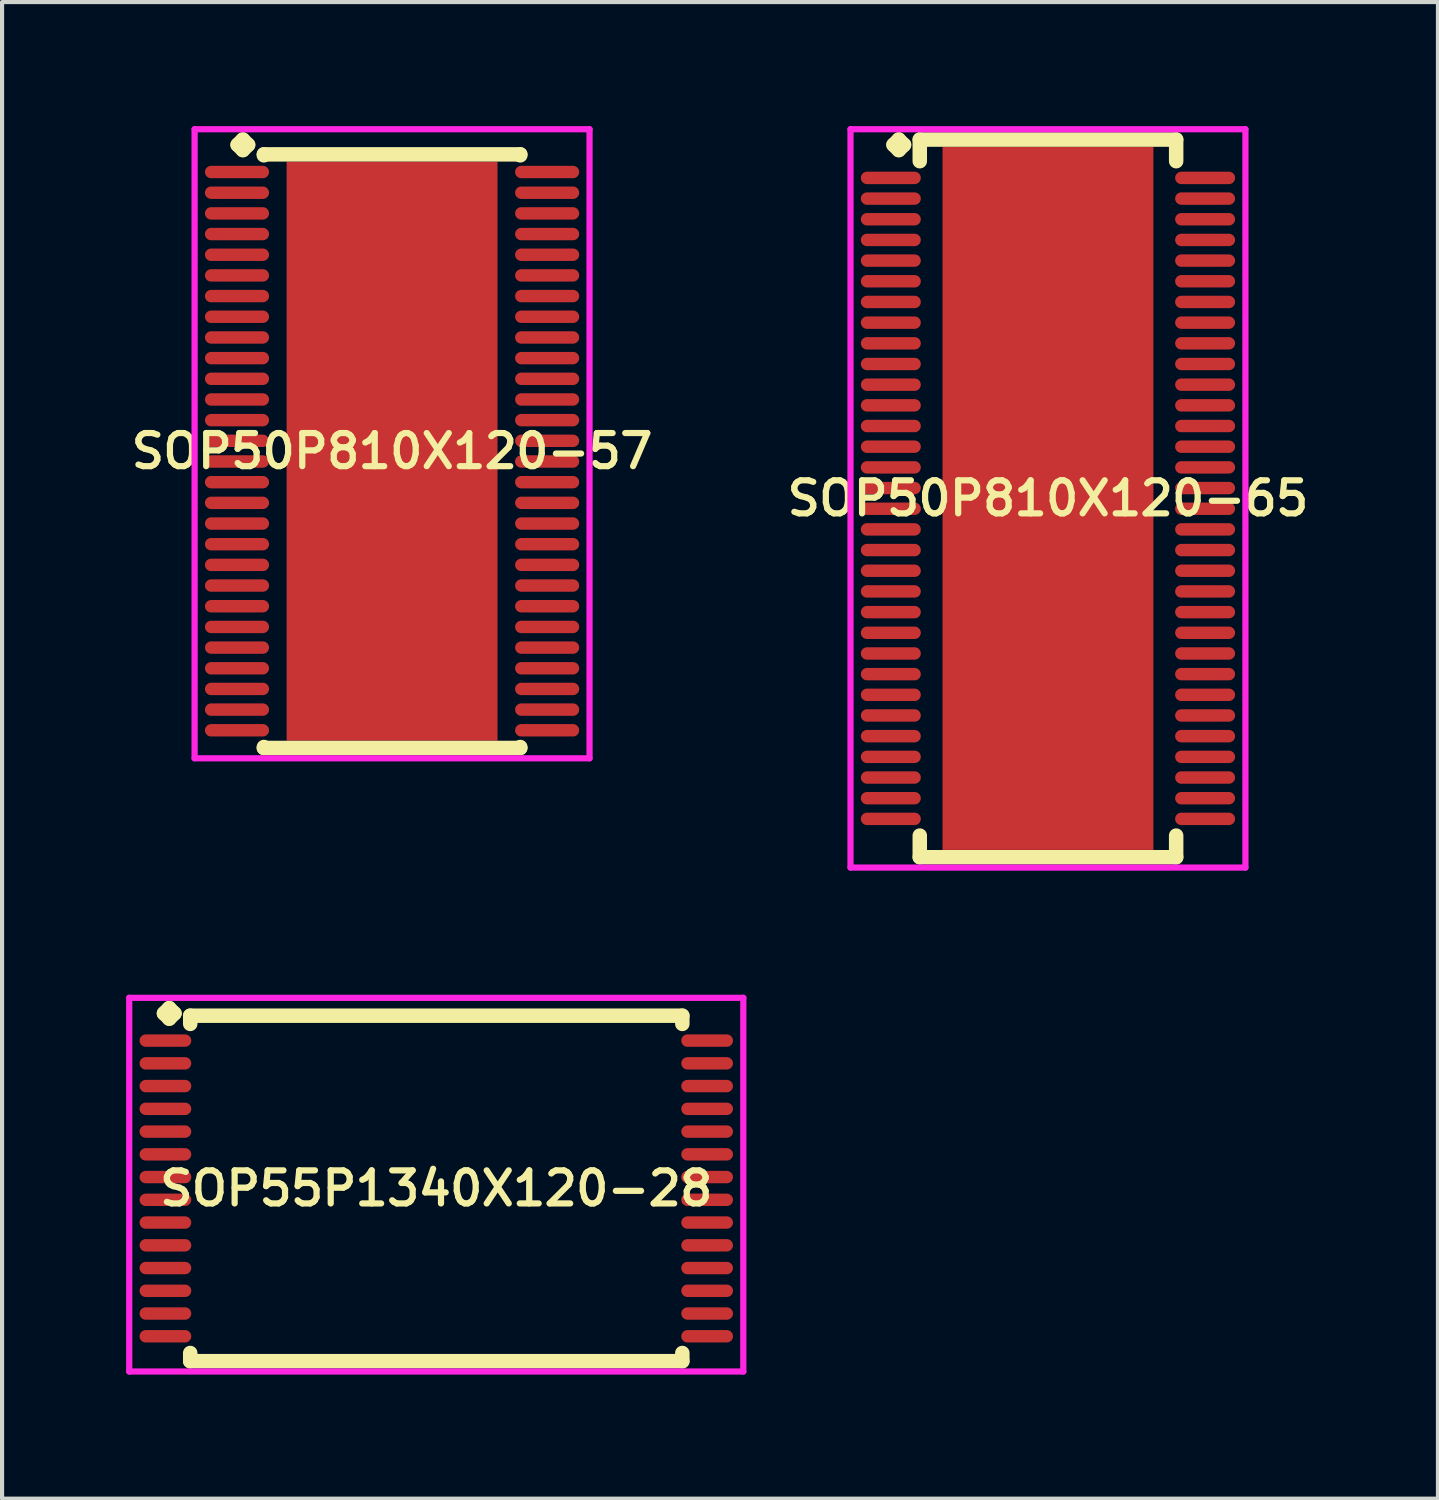
<source format=kicad_pcb>
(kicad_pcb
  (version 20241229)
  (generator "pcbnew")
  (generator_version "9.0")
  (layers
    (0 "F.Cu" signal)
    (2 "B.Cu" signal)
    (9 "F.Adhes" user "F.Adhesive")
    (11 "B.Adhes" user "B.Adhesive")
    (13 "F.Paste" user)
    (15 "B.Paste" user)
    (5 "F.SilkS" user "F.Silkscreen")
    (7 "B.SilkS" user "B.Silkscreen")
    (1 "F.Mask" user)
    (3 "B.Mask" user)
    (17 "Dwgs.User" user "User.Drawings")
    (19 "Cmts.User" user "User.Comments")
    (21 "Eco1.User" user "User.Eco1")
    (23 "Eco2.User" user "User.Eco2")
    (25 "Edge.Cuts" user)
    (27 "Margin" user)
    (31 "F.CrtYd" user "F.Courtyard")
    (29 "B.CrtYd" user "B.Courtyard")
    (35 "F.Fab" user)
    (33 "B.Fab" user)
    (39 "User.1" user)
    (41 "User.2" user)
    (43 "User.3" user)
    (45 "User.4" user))
  (footprint "SOP50P810X120-65"
    (layer "F.Cu")
    (at 22.292 9.002)
    (property "Reference" "SOP50P810X120-65" (at 0 0 0) (layer "F.SilkS") (effects (font (size 0.8 0.8) (thickness 0.15))))
    (attr through_hole)
    (fp_line (start -3.735 -8.55) (end -3.608 -8.677) (stroke (width 0.35) (type solid)) (layer "F.SilkS"))
    (fp_line (start -3.608 -8.677) (end -3.481 -8.55) (stroke (width 0.35) (type solid)) (layer "F.SilkS"))
    (fp_line (start -3.608 -8.423) (end -3.735 -8.55) (stroke (width 0.35) (type solid)) (layer "F.SilkS"))
    (fp_line (start -3.481 -8.55) (end -3.608 -8.423) (stroke (width 0.35) (type solid)) (layer "F.SilkS"))
    (fp_line (start -3.1 -8.677) (end 3.1 -8.677) (stroke (width 0.35) (type solid)) (layer "F.SilkS"))
    (fp_line (start -3.1 -8.154) (end -3.1 -8.677) (stroke (width 0.35) (type solid)) (layer "F.SilkS"))
    (fp_line (start -3.1 8.154) (end -3.1 8.677) (stroke (width 0.35) (type solid)) (layer "F.SilkS"))
    (fp_line (start -3.1 8.677) (end 3.1 8.677) (stroke (width 0.35) (type solid)) (layer "F.SilkS"))
    (fp_line (start 3.1 -8.677) (end 3.1 -8.154) (stroke (width 0.35) (type solid)) (layer "F.SilkS"))
    (fp_line (start 3.1 8.677) (end 3.1 8.154) (stroke (width 0.35) (type solid)) (layer "F.SilkS"))
    (fp_line (start -4.775 -8.927) (end 4.775 -8.927) (stroke (width 0.15) (type solid)) (layer "F.CrtYd"))
    (fp_line (start -4.775 8.927) (end -4.775 -8.927) (stroke (width 0.15) (type solid)) (layer "F.CrtYd"))
    (fp_line (start 4.775 -8.927) (end 4.775 8.927) (stroke (width 0.15) (type solid)) (layer "F.CrtYd"))
    (fp_line (start 4.775 8.927) (end -4.775 8.927) (stroke (width 0.15) (type solid)) (layer "F.CrtYd"))
    (pad "1" smd oval (at -3.8 -7.75) (size 1.45 0.3) (layers "F.Cu" "F.Mask" "F.Paste"))
    (pad "2" smd oval (at -3.8 -7.25) (size 1.45 0.3) (layers "F.Cu" "F.Mask" "F.Paste"))
    (pad "3" smd oval (at -3.8 -6.75) (size 1.45 0.3) (layers "F.Cu" "F.Mask" "F.Paste"))
    (pad "4" smd oval (at -3.8 -6.25) (size 1.45 0.3) (layers "F.Cu" "F.Mask" "F.Paste"))
    (pad "5" smd oval (at -3.8 -5.75) (size 1.45 0.3) (layers "F.Cu" "F.Mask" "F.Paste"))
    (pad "6" smd oval (at -3.8 -5.25) (size 1.45 0.3) (layers "F.Cu" "F.Mask" "F.Paste"))
    (pad "7" smd oval (at -3.8 -4.75) (size 1.45 0.3) (layers "F.Cu" "F.Mask" "F.Paste"))
    (pad "8" smd oval (at -3.8 -4.25) (size 1.45 0.3) (layers "F.Cu" "F.Mask" "F.Paste"))
    (pad "9" smd oval (at -3.8 -3.75) (size 1.45 0.3) (layers "F.Cu" "F.Mask" "F.Paste"))
    (pad "10" smd oval (at -3.8 -3.25) (size 1.45 0.3) (layers "F.Cu" "F.Mask" "F.Paste"))
    (pad "11" smd oval (at -3.8 -2.75) (size 1.45 0.3) (layers "F.Cu" "F.Mask" "F.Paste"))
    (pad "12" smd oval (at -3.8 -2.25) (size 1.45 0.3) (layers "F.Cu" "F.Mask" "F.Paste"))
    (pad "13" smd oval (at -3.8 -1.75) (size 1.45 0.3) (layers "F.Cu" "F.Mask" "F.Paste"))
    (pad "14" smd oval (at -3.8 -1.25) (size 1.45 0.3) (layers "F.Cu" "F.Mask" "F.Paste"))
    (pad "15" smd oval (at -3.8 -0.75) (size 1.45 0.3) (layers "F.Cu" "F.Mask" "F.Paste"))
    (pad "16" smd oval (at -3.8 -0.25) (size 1.45 0.3) (layers "F.Cu" "F.Mask" "F.Paste"))
    (pad "17" smd oval (at -3.8 0.25) (size 1.45 0.3) (layers "F.Cu" "F.Mask" "F.Paste"))
    (pad "18" smd oval (at -3.8 0.75) (size 1.45 0.3) (layers "F.Cu" "F.Mask" "F.Paste"))
    (pad "19" smd oval (at -3.8 1.25) (size 1.45 0.3) (layers "F.Cu" "F.Mask" "F.Paste"))
    (pad "20" smd oval (at -3.8 1.75) (size 1.45 0.3) (layers "F.Cu" "F.Mask" "F.Paste"))
    (pad "21" smd oval (at -3.8 2.25) (size 1.45 0.3) (layers "F.Cu" "F.Mask" "F.Paste"))
    (pad "22" smd oval (at -3.8 2.75) (size 1.45 0.3) (layers "F.Cu" "F.Mask" "F.Paste"))
    (pad "23" smd oval (at -3.8 3.25) (size 1.45 0.3) (layers "F.Cu" "F.Mask" "F.Paste"))
    (pad "24" smd oval (at -3.8 3.75) (size 1.45 0.3) (layers "F.Cu" "F.Mask" "F.Paste"))
    (pad "25" smd oval (at -3.8 4.25) (size 1.45 0.3) (layers "F.Cu" "F.Mask" "F.Paste"))
    (pad "26" smd oval (at -3.8 4.75) (size 1.45 0.3) (layers "F.Cu" "F.Mask" "F.Paste"))
    (pad "27" smd oval (at -3.8 5.25) (size 1.45 0.3) (layers "F.Cu" "F.Mask" "F.Paste"))
    (pad "28" smd oval (at -3.8 5.75) (size 1.45 0.3) (layers "F.Cu" "F.Mask" "F.Paste"))
    (pad "29" smd oval (at -3.8 6.25) (size 1.45 0.3) (layers "F.Cu" "F.Mask" "F.Paste"))
    (pad "30" smd oval (at -3.8 6.75) (size 1.45 0.3) (layers "F.Cu" "F.Mask" "F.Paste"))
    (pad "31" smd oval (at -3.8 7.25) (size 1.45 0.3) (layers "F.Cu" "F.Mask" "F.Paste"))
    (pad "32" smd oval (at -3.8 7.75) (size 1.45 0.3) (layers "F.Cu" "F.Mask" "F.Paste"))
    (pad "33" smd oval (at 3.8 7.75) (size 1.45 0.3) (layers "F.Cu" "F.Mask" "F.Paste"))
    (pad "34" smd oval (at 3.8 7.25) (size 1.45 0.3) (layers "F.Cu" "F.Mask" "F.Paste"))
    (pad "35" smd oval (at 3.8 6.75) (size 1.45 0.3) (layers "F.Cu" "F.Mask" "F.Paste"))
    (pad "36" smd oval (at 3.8 6.25) (size 1.45 0.3) (layers "F.Cu" "F.Mask" "F.Paste"))
    (pad "37" smd oval (at 3.8 5.75) (size 1.45 0.3) (layers "F.Cu" "F.Mask" "F.Paste"))
    (pad "38" smd oval (at 3.8 5.25) (size 1.45 0.3) (layers "F.Cu" "F.Mask" "F.Paste"))
    (pad "39" smd oval (at 3.8 4.75) (size 1.45 0.3) (layers "F.Cu" "F.Mask" "F.Paste"))
    (pad "40" smd oval (at 3.8 4.25) (size 1.45 0.3) (layers "F.Cu" "F.Mask" "F.Paste"))
    (pad "41" smd oval (at 3.8 3.75) (size 1.45 0.3) (layers "F.Cu" "F.Mask" "F.Paste"))
    (pad "42" smd oval (at 3.8 3.25) (size 1.45 0.3) (layers "F.Cu" "F.Mask" "F.Paste"))
    (pad "43" smd oval (at 3.8 2.75) (size 1.45 0.3) (layers "F.Cu" "F.Mask" "F.Paste"))
    (pad "44" smd oval (at 3.8 2.25) (size 1.45 0.3) (layers "F.Cu" "F.Mask" "F.Paste"))
    (pad "45" smd oval (at 3.8 1.75) (size 1.45 0.3) (layers "F.Cu" "F.Mask" "F.Paste"))
    (pad "46" smd oval (at 3.8 1.25) (size 1.45 0.3) (layers "F.Cu" "F.Mask" "F.Paste"))
    (pad "47" smd oval (at 3.8 0.75) (size 1.45 0.3) (layers "F.Cu" "F.Mask" "F.Paste"))
    (pad "48" smd oval (at 3.8 0.25) (size 1.45 0.3) (layers "F.Cu" "F.Mask" "F.Paste"))
    (pad "49" smd oval (at 3.8 -0.25) (size 1.45 0.3) (layers "F.Cu" "F.Mask" "F.Paste"))
    (pad "50" smd oval (at 3.8 -0.75) (size 1.45 0.3) (layers "F.Cu" "F.Mask" "F.Paste"))
    (pad "51" smd oval (at 3.8 -1.25) (size 1.45 0.3) (layers "F.Cu" "F.Mask" "F.Paste"))
    (pad "52" smd oval (at 3.8 -1.75) (size 1.45 0.3) (layers "F.Cu" "F.Mask" "F.Paste"))
    (pad "53" smd oval (at 3.8 -2.25) (size 1.45 0.3) (layers "F.Cu" "F.Mask" "F.Paste"))
    (pad "54" smd oval (at 3.8 -2.75) (size 1.45 0.3) (layers "F.Cu" "F.Mask" "F.Paste"))
    (pad "55" smd oval (at 3.8 -3.25) (size 1.45 0.3) (layers "F.Cu" "F.Mask" "F.Paste"))
    (pad "56" smd oval (at 3.8 -3.75) (size 1.45 0.3) (layers "F.Cu" "F.Mask" "F.Paste"))
    (pad "57" smd oval (at 3.8 -4.25) (size 1.45 0.3) (layers "F.Cu" "F.Mask" "F.Paste"))
    (pad "58" smd oval (at 3.8 -4.75) (size 1.45 0.3) (layers "F.Cu" "F.Mask" "F.Paste"))
    (pad "59" smd oval (at 3.8 -5.25) (size 1.45 0.3) (layers "F.Cu" "F.Mask" "F.Paste"))
    (pad "60" smd oval (at 3.8 -5.75) (size 1.45 0.3) (layers "F.Cu" "F.Mask" "F.Paste"))
    (pad "61" smd oval (at 3.8 -6.25) (size 1.45 0.3) (layers "F.Cu" "F.Mask" "F.Paste"))
    (pad "62" smd oval (at 3.8 -6.75) (size 1.45 0.3) (layers "F.Cu" "F.Mask" "F.Paste"))
    (pad "63" smd oval (at 3.8 -7.25) (size 1.45 0.3) (layers "F.Cu" "F.Mask" "F.Paste"))
    (pad "64" smd oval (at 3.8 -7.75) (size 1.45 0.3) (layers "F.Cu" "F.Mask" "F.Paste"))
    (pad "65" smd rect (at 0 0) (size 5.1 17) (layers "F.Cu" "F.Mask" "F.Paste")))
  (footprint "SOP50P810X120-57"
    (layer "F.Cu")
    (at 6.431 7.86)
    (property "Reference" "SOP50P810X120-57" (at 0 0 0) (layer "F.SilkS") (effects (font (size 0.8 0.8) (thickness 0.15))))
    (attr smd)
    (fp_line (start -3.735 -7.408) (end -3.608 -7.535) (stroke (width 0.35) (type solid)) (layer "F.SilkS"))
    (fp_line (start -3.608 -7.535) (end -3.481 -7.408) (stroke (width 0.35) (type solid)) (layer "F.SilkS"))
    (fp_line (start -3.608 -7.281) (end -3.735 -7.408) (stroke (width 0.35) (type solid)) (layer "F.SilkS"))
    (fp_line (start -3.481 -7.408) (end -3.608 -7.281) (stroke (width 0.35) (type solid)) (layer "F.SilkS"))
    (fp_line (start -3.1 -7.177) (end 3.1 -7.177) (stroke (width 0.35) (type solid)) (layer "F.SilkS"))
    (fp_line (start -3.1 -7.154) (end -3.1 -7.177) (stroke (width 0.35) (type solid)) (layer "F.SilkS"))
    (fp_line (start -3.1 7.154) (end -3.1 7.177) (stroke (width 0.35) (type solid)) (layer "F.SilkS"))
    (fp_line (start -3.1 7.177) (end 3.1 7.177) (stroke (width 0.35) (type solid)) (layer "F.SilkS"))
    (fp_line (start 3.1 -7.177) (end 3.1 -7.154) (stroke (width 0.35) (type solid)) (layer "F.SilkS"))
    (fp_line (start 3.1 7.177) (end 3.1 7.154) (stroke (width 0.35) (type solid)) (layer "F.SilkS"))
    (fp_line (start -4.775 -7.785) (end 4.775 -7.785) (stroke (width 0.15) (type solid)) (layer "F.CrtYd"))
    (fp_line (start -4.775 7.427) (end -4.775 -7.785) (stroke (width 0.15) (type solid)) (layer "F.CrtYd"))
    (fp_line (start 4.775 -7.785) (end 4.775 7.427) (stroke (width 0.15) (type solid)) (layer "F.CrtYd"))
    (fp_line (start 4.775 7.427) (end -4.775 7.427) (stroke (width 0.15) (type solid)) (layer "F.CrtYd"))
    (pad "1" smd oval (at -3.75 -6.75) (size 1.55 0.3) (layers "F.Cu" "F.Mask" "F.Paste"))
    (pad "2" smd oval (at -3.75 -6.25) (size 1.55 0.3) (layers "F.Cu" "F.Mask" "F.Paste"))
    (pad "3" smd oval (at -3.75 -5.75) (size 1.55 0.3) (layers "F.Cu" "F.Mask" "F.Paste"))
    (pad "4" smd oval (at -3.75 -5.25) (size 1.55 0.3) (layers "F.Cu" "F.Mask" "F.Paste"))
    (pad "5" smd oval (at -3.75 -4.75) (size 1.55 0.3) (layers "F.Cu" "F.Mask" "F.Paste"))
    (pad "6" smd oval (at -3.75 -4.25) (size 1.55 0.3) (layers "F.Cu" "F.Mask" "F.Paste"))
    (pad "7" smd oval (at -3.75 -3.75) (size 1.55 0.3) (layers "F.Cu" "F.Mask" "F.Paste"))
    (pad "8" smd oval (at -3.75 -3.25) (size 1.55 0.3) (layers "F.Cu" "F.Mask" "F.Paste"))
    (pad "9" smd oval (at -3.75 -2.75) (size 1.55 0.3) (layers "F.Cu" "F.Mask" "F.Paste"))
    (pad "10" smd oval (at -3.75 -2.25) (size 1.55 0.3) (layers "F.Cu" "F.Mask" "F.Paste"))
    (pad "11" smd oval (at -3.75 -1.75) (size 1.55 0.3) (layers "F.Cu" "F.Mask" "F.Paste"))
    (pad "12" smd oval (at -3.75 -1.25) (size 1.55 0.3) (layers "F.Cu" "F.Mask" "F.Paste"))
    (pad "13" smd oval (at -3.75 -0.75) (size 1.55 0.3) (layers "F.Cu" "F.Mask" "F.Paste"))
    (pad "14" smd oval (at -3.75 -0.25) (size 1.55 0.3) (layers "F.Cu" "F.Mask" "F.Paste"))
    (pad "15" smd oval (at -3.75 0.25) (size 1.55 0.3) (layers "F.Cu" "F.Mask" "F.Paste"))
    (pad "16" smd oval (at -3.75 0.75) (size 1.55 0.3) (layers "F.Cu" "F.Mask" "F.Paste"))
    (pad "17" smd oval (at -3.75 1.25) (size 1.55 0.3) (layers "F.Cu" "F.Mask" "F.Paste"))
    (pad "18" smd oval (at -3.75 1.75) (size 1.55 0.3) (layers "F.Cu" "F.Mask" "F.Paste"))
    (pad "19" smd oval (at -3.75 2.25) (size 1.55 0.3) (layers "F.Cu" "F.Mask" "F.Paste"))
    (pad "20" smd oval (at -3.75 2.75) (size 1.55 0.3) (layers "F.Cu" "F.Mask" "F.Paste"))
    (pad "21" smd oval (at -3.75 3.25) (size 1.55 0.3) (layers "F.Cu" "F.Mask" "F.Paste"))
    (pad "22" smd oval (at -3.75 3.75) (size 1.55 0.3) (layers "F.Cu" "F.Mask" "F.Paste"))
    (pad "23" smd oval (at -3.75 4.25) (size 1.55 0.3) (layers "F.Cu" "F.Mask" "F.Paste"))
    (pad "24" smd oval (at -3.75 4.75) (size 1.55 0.3) (layers "F.Cu" "F.Mask" "F.Paste"))
    (pad "25" smd oval (at -3.75 5.25) (size 1.55 0.3) (layers "F.Cu" "F.Mask" "F.Paste"))
    (pad "26" smd oval (at -3.75 5.75) (size 1.55 0.3) (layers "F.Cu" "F.Mask" "F.Paste"))
    (pad "27" smd oval (at -3.75 6.25) (size 1.55 0.3) (layers "F.Cu" "F.Mask" "F.Paste"))
    (pad "28" smd oval (at -3.75 6.75) (size 1.55 0.3) (layers "F.Cu" "F.Mask" "F.Paste"))
    (pad "29" smd oval (at 3.75 6.75) (size 1.55 0.3) (layers "F.Cu" "F.Mask" "F.Paste"))
    (pad "30" smd oval (at 3.75 6.25) (size 1.55 0.3) (layers "F.Cu" "F.Mask" "F.Paste"))
    (pad "31" smd oval (at 3.75 5.75) (size 1.55 0.3) (layers "F.Cu" "F.Mask" "F.Paste"))
    (pad "32" smd oval (at 3.75 5.25) (size 1.55 0.3) (layers "F.Cu" "F.Mask" "F.Paste"))
    (pad "33" smd oval (at 3.75 4.75) (size 1.55 0.3) (layers "F.Cu" "F.Mask" "F.Paste"))
    (pad "34" smd oval (at 3.75 4.25) (size 1.55 0.3) (layers "F.Cu" "F.Mask" "F.Paste"))
    (pad "35" smd oval (at 3.75 3.75) (size 1.55 0.3) (layers "F.Cu" "F.Mask" "F.Paste"))
    (pad "36" smd oval (at 3.75 3.25) (size 1.55 0.3) (layers "F.Cu" "F.Mask" "F.Paste"))
    (pad "37" smd oval (at 3.75 2.75) (size 1.55 0.3) (layers "F.Cu" "F.Mask" "F.Paste"))
    (pad "38" smd oval (at 3.75 2.25) (size 1.55 0.3) (layers "F.Cu" "F.Mask" "F.Paste"))
    (pad "39" smd oval (at 3.75 1.75) (size 1.55 0.3) (layers "F.Cu" "F.Mask" "F.Paste"))
    (pad "40" smd oval (at 3.75 1.25) (size 1.55 0.3) (layers "F.Cu" "F.Mask" "F.Paste"))
    (pad "41" smd oval (at 3.75 0.75) (size 1.55 0.3) (layers "F.Cu" "F.Mask" "F.Paste"))
    (pad "42" smd oval (at 3.75 0.25) (size 1.55 0.3) (layers "F.Cu" "F.Mask" "F.Paste"))
    (pad "43" smd oval (at 3.75 -0.25) (size 1.55 0.3) (layers "F.Cu" "F.Mask" "F.Paste"))
    (pad "44" smd oval (at 3.75 -0.75) (size 1.55 0.3) (layers "F.Cu" "F.Mask" "F.Paste"))
    (pad "45" smd oval (at 3.75 -1.25) (size 1.55 0.3) (layers "F.Cu" "F.Mask" "F.Paste"))
    (pad "46" smd oval (at 3.75 -1.75) (size 1.55 0.3) (layers "F.Cu" "F.Mask" "F.Paste"))
    (pad "47" smd oval (at 3.75 -2.25) (size 1.55 0.3) (layers "F.Cu" "F.Mask" "F.Paste"))
    (pad "48" smd oval (at 3.75 -2.75) (size 1.55 0.3) (layers "F.Cu" "F.Mask" "F.Paste"))
    (pad "49" smd oval (at 3.75 -3.25) (size 1.55 0.3) (layers "F.Cu" "F.Mask" "F.Paste"))
    (pad "50" smd oval (at 3.75 -3.75) (size 1.55 0.3) (layers "F.Cu" "F.Mask" "F.Paste"))
    (pad "51" smd oval (at 3.75 -4.25) (size 1.55 0.3) (layers "F.Cu" "F.Mask" "F.Paste"))
    (pad "52" smd oval (at 3.75 -4.75) (size 1.55 0.3) (layers "F.Cu" "F.Mask" "F.Paste"))
    (pad "53" smd oval (at 3.75 -5.25) (size 1.55 0.3) (layers "F.Cu" "F.Mask" "F.Paste"))
    (pad "54" smd oval (at 3.75 -5.75) (size 1.55 0.3) (layers "F.Cu" "F.Mask" "F.Paste"))
    (pad "55" smd oval (at 3.75 -6.25) (size 1.55 0.3) (layers "F.Cu" "F.Mask" "F.Paste"))
    (pad "56" smd oval (at 3.75 -6.75) (size 1.55 0.3) (layers "F.Cu" "F.Mask" "F.Paste"))
    (pad "57" smd rect (at 0 0) (size 5.1 14) (layers "F.Cu" "F.Mask" "F.Paste")))
  (footprint "SOP55P1340X120-28"
    (layer "F.Cu")
    (at 7.5 25.689)
    (property "Reference" "SOP55P1340X120-28" (at 0 0 0) (layer "F.SilkS") (effects (font (size 0.8 0.8) (thickness 0.15))))
    (attr smd)
    (fp_line (start -6.585 -4.233) (end -6.458 -4.36) (stroke (width 0.35) (type solid)) (layer "F.SilkS"))
    (fp_line (start -6.458 -4.36) (end -6.331 -4.233) (stroke (width 0.35) (type solid)) (layer "F.SilkS"))
    (fp_line (start -6.458 -4.106) (end -6.585 -4.233) (stroke (width 0.35) (type solid)) (layer "F.SilkS"))
    (fp_line (start -6.331 -4.233) (end -6.458 -4.106) (stroke (width 0.35) (type solid)) (layer "F.SilkS"))
    (fp_line (start -5.95 -4.177) (end 5.95 -4.177) (stroke (width 0.35) (type solid)) (layer "F.SilkS"))
    (fp_line (start -5.95 -3.979) (end -5.95 -4.177) (stroke (width 0.35) (type solid)) (layer "F.SilkS"))
    (fp_line (start -5.95 3.979) (end -5.95 4.177) (stroke (width 0.35) (type solid)) (layer "F.SilkS"))
    (fp_line (start -5.95 4.177) (end 5.95 4.177) (stroke (width 0.35) (type solid)) (layer "F.SilkS"))
    (fp_line (start 5.95 -4.177) (end 5.95 -3.979) (stroke (width 0.35) (type solid)) (layer "F.SilkS"))
    (fp_line (start 5.95 4.177) (end 5.95 3.979) (stroke (width 0.35) (type solid)) (layer "F.SilkS"))
    (fp_line (start -7.425 -4.61) (end 7.425 -4.61) (stroke (width 0.15) (type solid)) (layer "F.CrtYd"))
    (fp_line (start -7.425 4.427) (end -7.425 -4.61) (stroke (width 0.15) (type solid)) (layer "F.CrtYd"))
    (fp_line (start 7.425 -4.61) (end 7.425 4.427) (stroke (width 0.15) (type solid)) (layer "F.CrtYd"))
    (fp_line (start 7.425 4.427) (end -7.425 4.427) (stroke (width 0.15) (type solid)) (layer "F.CrtYd"))
    (pad "1" smd oval (at -6.55 -3.575) (size 1.25 0.3) (layers "F.Cu" "F.Mask" "F.Paste"))
    (pad "2" smd oval (at -6.55 -3.025) (size 1.25 0.3) (layers "F.Cu" "F.Mask" "F.Paste"))
    (pad "3" smd oval (at -6.55 -2.475) (size 1.25 0.3) (layers "F.Cu" "F.Mask" "F.Paste"))
    (pad "4" smd oval (at -6.55 -1.925) (size 1.25 0.3) (layers "F.Cu" "F.Mask" "F.Paste"))
    (pad "5" smd oval (at -6.55 -1.375) (size 1.25 0.3) (layers "F.Cu" "F.Mask" "F.Paste"))
    (pad "6" smd oval (at -6.55 -0.825) (size 1.25 0.3) (layers "F.Cu" "F.Mask" "F.Paste"))
    (pad "7" smd oval (at -6.55 -0.275) (size 1.25 0.3) (layers "F.Cu" "F.Mask" "F.Paste"))
    (pad "8" smd oval (at -6.55 0.275) (size 1.25 0.3) (layers "F.Cu" "F.Mask" "F.Paste"))
    (pad "9" smd oval (at -6.55 0.825) (size 1.25 0.3) (layers "F.Cu" "F.Mask" "F.Paste"))
    (pad "10" smd oval (at -6.55 1.375) (size 1.25 0.3) (layers "F.Cu" "F.Mask" "F.Paste"))
    (pad "11" smd oval (at -6.55 1.925) (size 1.25 0.3) (layers "F.Cu" "F.Mask" "F.Paste"))
    (pad "12" smd oval (at -6.55 2.475) (size 1.25 0.3) (layers "F.Cu" "F.Mask" "F.Paste"))
    (pad "13" smd oval (at -6.55 3.025) (size 1.25 0.3) (layers "F.Cu" "F.Mask" "F.Paste"))
    (pad "14" smd oval (at -6.55 3.575) (size 1.25 0.3) (layers "F.Cu" "F.Mask" "F.Paste"))
    (pad "15" smd oval (at 6.55 3.575) (size 1.25 0.3) (layers "F.Cu" "F.Mask" "F.Paste"))
    (pad "16" smd oval (at 6.55 3.025) (size 1.25 0.3) (layers "F.Cu" "F.Mask" "F.Paste"))
    (pad "17" smd oval (at 6.55 2.475) (size 1.25 0.3) (layers "F.Cu" "F.Mask" "F.Paste"))
    (pad "18" smd oval (at 6.55 1.925) (size 1.25 0.3) (layers "F.Cu" "F.Mask" "F.Paste"))
    (pad "19" smd oval (at 6.55 1.375) (size 1.25 0.3) (layers "F.Cu" "F.Mask" "F.Paste"))
    (pad "20" smd oval (at 6.55 0.825) (size 1.25 0.3) (layers "F.Cu" "F.Mask" "F.Paste"))
    (pad "21" smd oval (at 6.55 0.275) (size 1.25 0.3) (layers "F.Cu" "F.Mask" "F.Paste"))
    (pad "22" smd oval (at 6.55 -0.275) (size 1.25 0.3) (layers "F.Cu" "F.Mask" "F.Paste"))
    (pad "23" smd oval (at 6.55 -0.825) (size 1.25 0.3) (layers "F.Cu" "F.Mask" "F.Paste"))
    (pad "24" smd oval (at 6.55 -1.375) (size 1.25 0.3) (layers "F.Cu" "F.Mask" "F.Paste"))
    (pad "25" smd oval (at 6.55 -1.925) (size 1.25 0.3) (layers "F.Cu" "F.Mask" "F.Paste"))
    (pad "26" smd oval (at 6.55 -2.475) (size 1.25 0.3) (layers "F.Cu" "F.Mask" "F.Paste"))
    (pad "27" smd oval (at 6.55 -3.025) (size 1.25 0.3) (layers "F.Cu" "F.Mask" "F.Paste"))
    (pad "28" smd oval (at 6.55 -3.575) (size 1.25 0.3) (layers "F.Cu" "F.Mask" "F.Paste")))
  (gr_rect
    (start -3 -3)
    (end 31.723 33.191)
    (stroke (width 0.1) (type default))
    (fill no)
    (layer "Edge.Cuts")))
</source>
